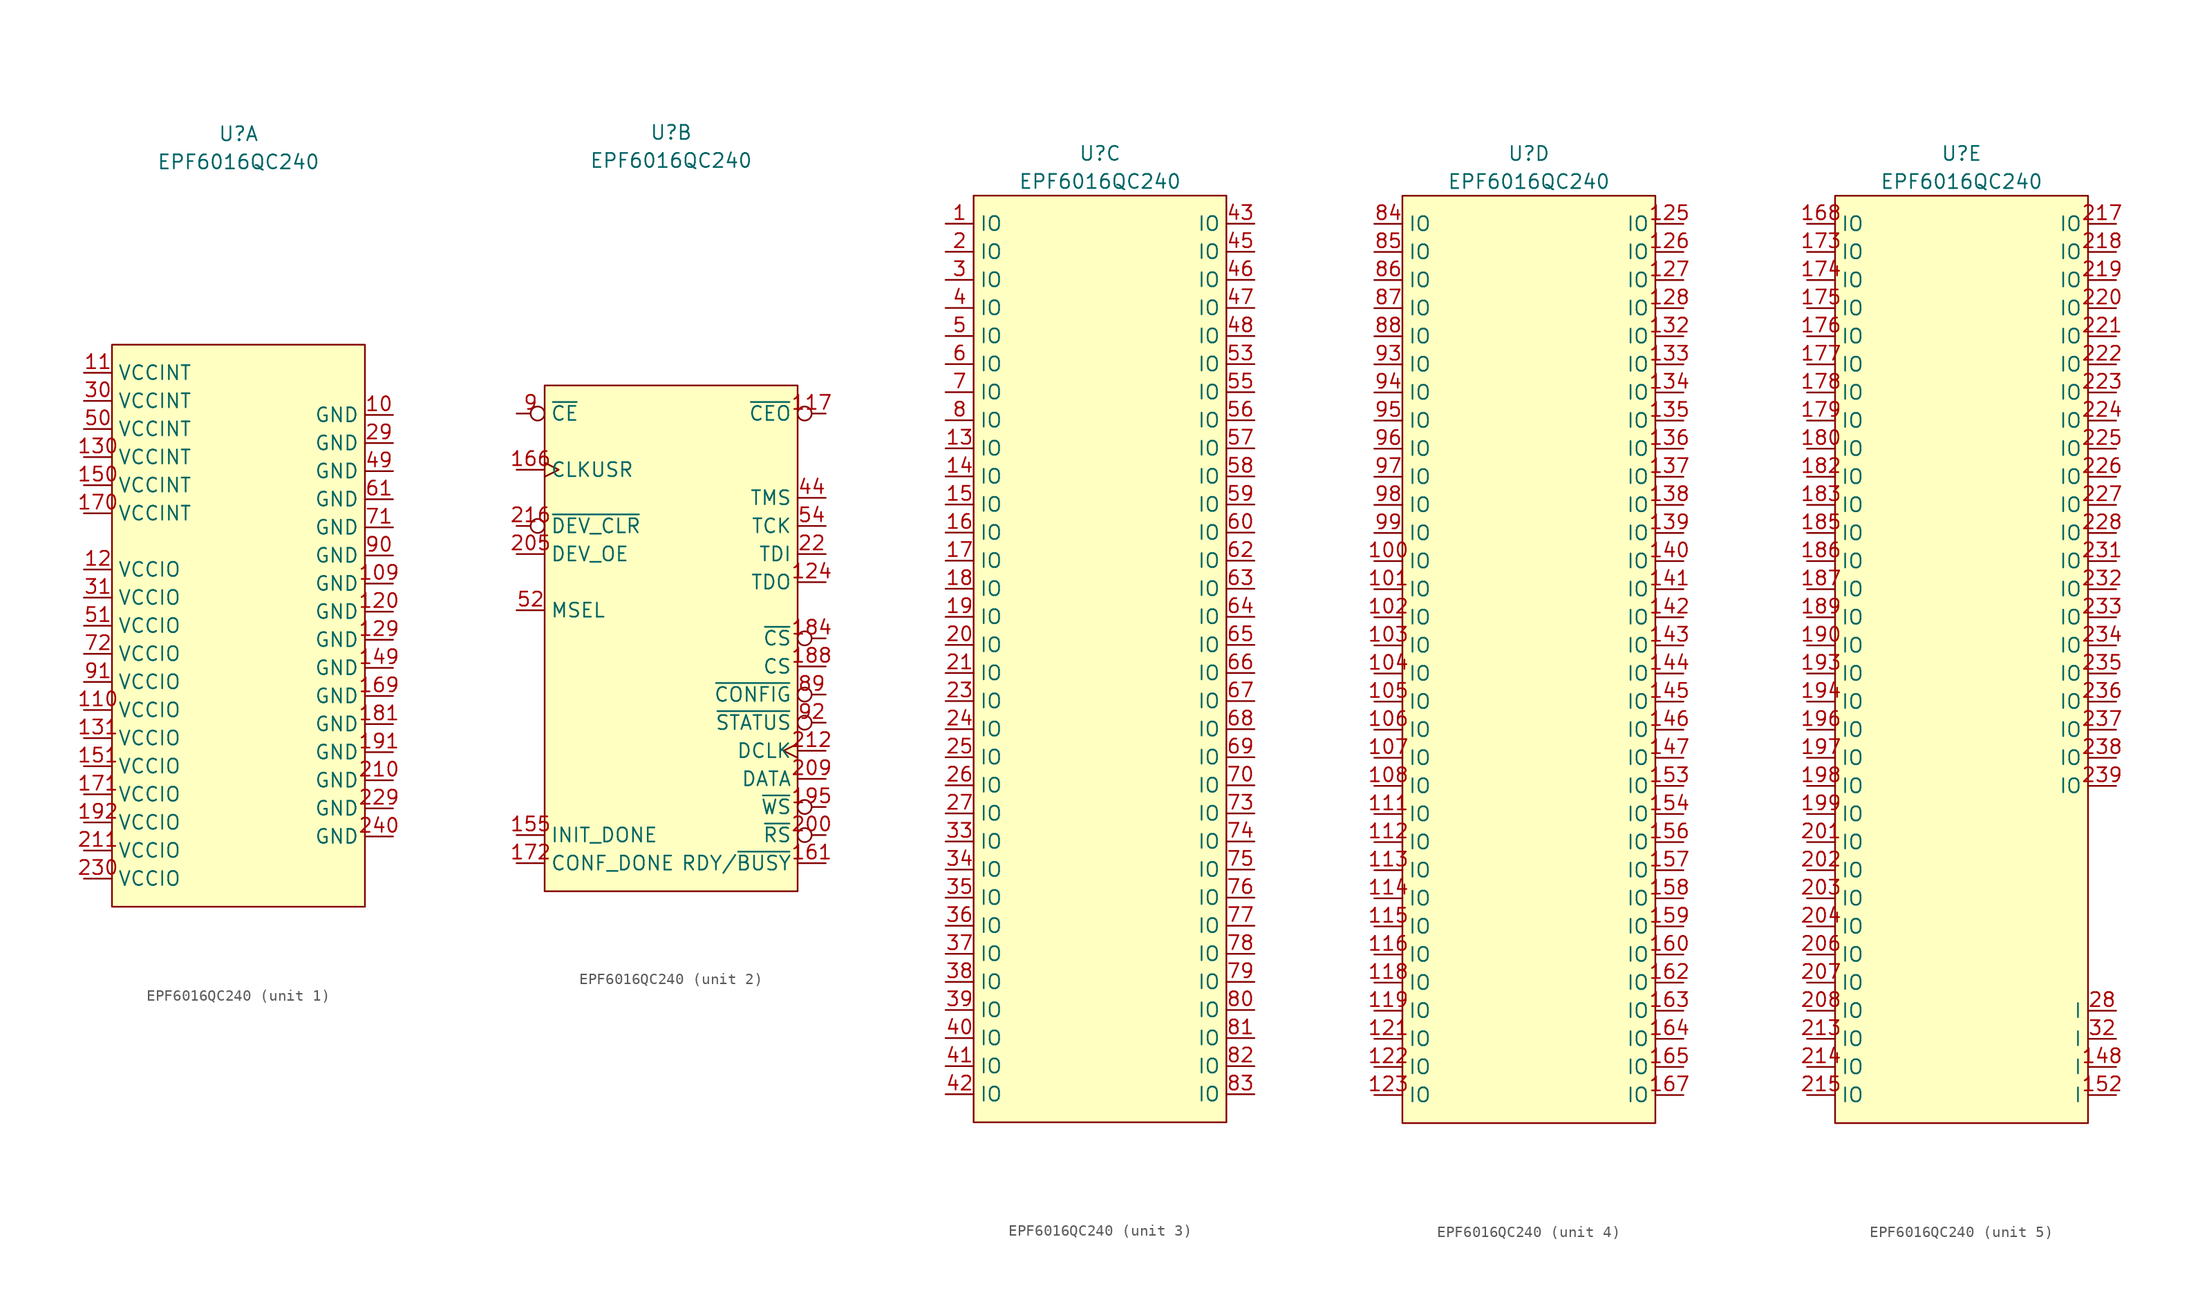
<source format=kicad_sym>
(kicad_symbol_lib
  (version 20220914)
  (generator kicad_symbol_editor)
  (symbol "EPF6016QC240"
    (property "Reference" "U"
      (at 0 45.72 0)
      (effects (font (size 1.27 1.27))))
    (property "Value" "EPF6016QC240"
      (at 0 43.18 0)
      (effects (font (size 1.27 1.27))))
    (property "ki_locked" ""
      (at 0 0 0)
      (effects (font (size 1.27 1.27))))
    (symbol "EPF6016QC240_1_0"
      (pin power_in line (at 13.97 5.08 180) (length 2.54) (name "GND" (effects (font (size 1.27 1.27)))) (number "109" (effects (font (size 1.27 1.27)))))
      (pin power_in line (at -13.97 -6.35 0) (length 2.54) (name "VCCIO" (effects (font (size 1.27 1.27)))) (number "110" (effects (font (size 1.27 1.27)))))
      (pin power_in line (at -13.97 6.35 0) (length 2.54) (name "VCCIO" (effects (font (size 1.27 1.27)))) (number "12" (effects (font (size 1.27 1.27)))))
      (pin power_in line (at 13.97 2.54 180) (length 2.54) (name "GND" (effects (font (size 1.27 1.27)))) (number "120" (effects (font (size 1.27 1.27)))))
      (pin power_in line (at 13.97 0 180) (length 2.54) (name "GND" (effects (font (size 1.27 1.27)))) (number "129" (effects (font (size 1.27 1.27)))))
      (pin power_in line (at -13.97 -8.89 0) (length 2.54) (name "VCCIO" (effects (font (size 1.27 1.27)))) (number "131" (effects (font (size 1.27 1.27)))))
      (pin power_in line (at 13.97 -2.54 180) (length 2.54) (name "GND" (effects (font (size 1.27 1.27)))) (number "149" (effects (font (size 1.27 1.27)))))
      (pin power_in line (at -13.97 -11.43 0) (length 2.54) (name "VCCIO" (effects (font (size 1.27 1.27)))) (number "151" (effects (font (size 1.27 1.27)))))
      (pin power_in line (at 13.97 -5.08 180) (length 2.54) (name "GND" (effects (font (size 1.27 1.27)))) (number "169" (effects (font (size 1.27 1.27)))))
      (pin power_in line (at -13.97 -13.97 0) (length 2.54) (name "VCCIO" (effects (font (size 1.27 1.27)))) (number "171" (effects (font (size 1.27 1.27)))))
      (pin power_in line (at 13.97 -10.16 180) (length 2.54) (name "GND" (effects (font (size 1.27 1.27)))) (number "191" (effects (font (size 1.27 1.27)))))
      (pin power_in line (at -13.97 -16.51 0) (length 2.54) (name "VCCIO" (effects (font (size 1.27 1.27)))) (number "192" (effects (font (size 1.27 1.27)))))
      (pin power_in line (at 13.97 -15.24 180) (length 2.54) (name "GND" (effects (font (size 1.27 1.27)))) (number "229" (effects (font (size 1.27 1.27)))))
      (pin power_in line (at -13.97 -21.59 0) (length 2.54) (name "VCCIO" (effects (font (size 1.27 1.27)))) (number "230" (effects (font (size 1.27 1.27)))))
      (pin power_in line (at 13.97 17.78 180) (length 2.54) (name "GND" (effects (font (size 1.27 1.27)))) (number "29" (effects (font (size 1.27 1.27)))))
      (pin power_in line (at -13.97 21.59 0) (length 2.54) (name "VCCINT" (effects (font (size 1.27 1.27)))) (number "30" (effects (font (size 1.27 1.27)))))
      (pin power_in line (at -13.97 3.81 0) (length 2.54) (name "VCCIO" (effects (font (size 1.27 1.27)))) (number "31" (effects (font (size 1.27 1.27)))))
      (pin power_in line (at 13.97 15.24 180) (length 2.54) (name "GND" (effects (font (size 1.27 1.27)))) (number "49" (effects (font (size 1.27 1.27)))))
      (pin power_in line (at -13.97 19.05 0) (length 2.54) (name "VCCINT" (effects (font (size 1.27 1.27)))) (number "50" (effects (font (size 1.27 1.27)))))
      (pin power_in line (at -13.97 1.27 0) (length 2.54) (name "VCCIO" (effects (font (size 1.27 1.27)))) (number "51" (effects (font (size 1.27 1.27)))))
      (pin power_in line (at 13.97 12.7 180) (length 2.54) (name "GND" (effects (font (size 1.27 1.27)))) (number "61" (effects (font (size 1.27 1.27)))))
      (pin power_in line (at 13.97 10.16 180) (length 2.54) (name "GND" (effects (font (size 1.27 1.27)))) (number "71" (effects (font (size 1.27 1.27)))))
      (pin power_in line (at -13.97 -1.27 0) (length 2.54) (name "VCCIO" (effects (font (size 1.27 1.27)))) (number "72" (effects (font (size 1.27 1.27))))))
    (symbol "EPF6016QC240_1_1"
      (rectangle (start -11.43 26.67) (end 11.43 -24.13) (stroke (width 0) (type default)) (fill (type background)))
      (pin power_in line (at 13.97 20.32 180) (length 2.54) (name "GND" (effects (font (size 1.27 1.27)))) (number "10" (effects (font (size 1.27 1.27)))))
      (pin power_in line (at -13.97 24.13 0) (length 2.54) (name "VCCINT" (effects (font (size 1.27 1.27)))) (number "11" (effects (font (size 1.27 1.27)))))
      (pin power_in line (at -13.97 16.51 0) (length 2.54) (name "VCCINT" (effects (font (size 1.27 1.27)))) (number "130" (effects (font (size 1.27 1.27)))))
      (pin power_in line (at -13.97 13.97 0) (length 2.54) (name "VCCINT" (effects (font (size 1.27 1.27)))) (number "150" (effects (font (size 1.27 1.27)))))
      (pin power_in line (at -13.97 11.43 0) (length 2.54) (name "VCCINT" (effects (font (size 1.27 1.27)))) (number "170" (effects (font (size 1.27 1.27)))))
      (pin power_in line (at 13.97 -7.62 180) (length 2.54) (name "GND" (effects (font (size 1.27 1.27)))) (number "181" (effects (font (size 1.27 1.27)))))
      (pin power_in line (at 13.97 -12.7 180) (length 2.54) (name "GND" (effects (font (size 1.27 1.27)))) (number "210" (effects (font (size 1.27 1.27)))))
      (pin power_in line (at -13.97 -19.05 0) (length 2.54) (name "VCCIO" (effects (font (size 1.27 1.27)))) (number "211" (effects (font (size 1.27 1.27)))))
      (pin power_in line (at 13.97 -17.78 180) (length 2.54) (name "GND" (effects (font (size 1.27 1.27)))) (number "240" (effects (font (size 1.27 1.27)))))
      (pin power_in line (at 13.97 7.62 180) (length 2.54) (name "GND" (effects (font (size 1.27 1.27)))) (number "90" (effects (font (size 1.27 1.27)))))
      (pin power_in line (at -13.97 -3.81 0) (length 2.54) (name "VCCIO" (effects (font (size 1.27 1.27)))) (number "91" (effects (font (size 1.27 1.27))))))
    (symbol "EPF6016QC240_2_0"
      (pin output inverted (at 13.97 20.32 180) (length 2.54) (name "~{CEO}" (effects (font (size 1.27 1.27)))) (number "117" (effects (font (size 1.27 1.27)))))
      (pin bidirectional line (at 13.97 -20.32 180) (length 2.54) (name "RDY/~{BUSY}" (effects (font (size 1.27 1.27)))) (number "161" (effects (font (size 1.27 1.27)))))
      (pin input clock (at -13.97 15.24 0) (length 2.54) (name "CLKUSR" (effects (font (size 1.27 1.27)))) (number "166" (effects (font (size 1.27 1.27)))))
      (pin bidirectional line (at -13.97 -20.32 0) (length 2.54) (name "CONF_DONE" (effects (font (size 1.27 1.27)))) (number "172" (effects (font (size 1.27 1.27)))))
      (pin bidirectional inverted (at 13.97 0 180) (length 2.54) (name "~{CS}" (effects (font (size 1.27 1.27)))) (number "184" (effects (font (size 1.27 1.27)))))
      (pin bidirectional inverted (at 13.97 -15.24 180) (length 2.54) (name "~{WS}" (effects (font (size 1.27 1.27)))) (number "195" (effects (font (size 1.27 1.27)))))
      (pin bidirectional inverted (at 13.97 -17.78 180) (length 2.54) (name "~{RS}" (effects (font (size 1.27 1.27)))) (number "200" (effects (font (size 1.27 1.27)))))
      (pin input line (at 13.97 12.7 180) (length 2.54) (name "TMS" (effects (font (size 1.27 1.27)))) (number "44" (effects (font (size 1.27 1.27)))))
      (pin input line (at 13.97 10.16 180) (length 2.54) (name "TCK" (effects (font (size 1.27 1.27)))) (number "54" (effects (font (size 1.27 1.27)))))
      (pin input inverted (at -13.97 20.32 0) (length 2.54) (name "~{CE}" (effects (font (size 1.27 1.27)))) (number "9" (effects (font (size 1.27 1.27))))))
    (symbol "EPF6016QC240_2_1"
      (rectangle (start -11.43 22.86) (end 11.43 -22.86) (stroke (width 0) (type default)) (fill (type background)))
      (pin output line (at 13.97 5.08 180) (length 2.54) (name "TDO" (effects (font (size 1.27 1.27)))) (number "124" (effects (font (size 1.27 1.27)))))
      (pin bidirectional line (at -13.97 -17.78 0) (length 2.54) (name "INIT_DONE" (effects (font (size 1.27 1.27)))) (number "155" (effects (font (size 1.27 1.27)))))
      (pin bidirectional line (at 13.97 -2.54 180) (length 2.54) (name "CS" (effects (font (size 1.27 1.27)))) (number "188" (effects (font (size 1.27 1.27)))))
      (pin bidirectional line (at -13.97 7.62 0) (length 2.54) (name "DEV_OE" (effects (font (size 1.27 1.27)))) (number "205" (effects (font (size 1.27 1.27)))))
      (pin input line (at 13.97 -12.7 180) (length 2.54) (name "DATA" (effects (font (size 1.27 1.27)))) (number "209" (effects (font (size 1.27 1.27)))))
      (pin bidirectional clock (at 13.97 -10.16 180) (length 2.54) (name "DCLK" (effects (font (size 1.27 1.27)))) (number "212" (effects (font (size 1.27 1.27)))))
      (pin bidirectional inverted (at -13.97 10.16 0) (length 2.54) (name "~{DEV_CLR}" (effects (font (size 1.27 1.27)))) (number "216" (effects (font (size 1.27 1.27)))))
      (pin input line (at 13.97 7.62 180) (length 2.54) (name "TDI" (effects (font (size 1.27 1.27)))) (number "22" (effects (font (size 1.27 1.27)))))
      (pin input line (at -13.97 2.54 0) (length 2.54) (name "MSEL" (effects (font (size 1.27 1.27)))) (number "52" (effects (font (size 1.27 1.27)))))
      (pin bidirectional inverted (at 13.97 -5.08 180) (length 2.54) (name "~{CONFIG}" (effects (font (size 1.27 1.27)))) (number "89" (effects (font (size 1.27 1.27)))))
      (pin bidirectional inverted (at 13.97 -7.62 180) (length 2.54) (name "~{STATUS}" (effects (font (size 1.27 1.27)))) (number "92" (effects (font (size 1.27 1.27))))))
    (symbol "EPF6016QC240_3_0"
      (pin bidirectional line (at -13.97 39.37 0) (length 2.54) (name "IO" (effects (font (size 1.27 1.27)))) (number "1" (effects (font (size 1.27 1.27)))))
      (pin bidirectional line (at -13.97 19.05 0) (length 2.54) (name "IO" (effects (font (size 1.27 1.27)))) (number "13" (effects (font (size 1.27 1.27)))))
      (pin bidirectional line (at -13.97 16.51 0) (length 2.54) (name "IO" (effects (font (size 1.27 1.27)))) (number "14" (effects (font (size 1.27 1.27)))))
      (pin bidirectional line (at -13.97 13.97 0) (length 2.54) (name "IO" (effects (font (size 1.27 1.27)))) (number "15" (effects (font (size 1.27 1.27)))))
      (pin bidirectional line (at -13.97 8.89 0) (length 2.54) (name "IO" (effects (font (size 1.27 1.27)))) (number "17" (effects (font (size 1.27 1.27)))))
      (pin bidirectional line (at -13.97 6.35 0) (length 2.54) (name "IO" (effects (font (size 1.27 1.27)))) (number "18" (effects (font (size 1.27 1.27)))))
      (pin bidirectional line (at -13.97 3.81 0) (length 2.54) (name "IO" (effects (font (size 1.27 1.27)))) (number "19" (effects (font (size 1.27 1.27)))))
      (pin bidirectional line (at -13.97 -1.27 0) (length 2.54) (name "IO" (effects (font (size 1.27 1.27)))) (number "21" (effects (font (size 1.27 1.27)))))
      (pin bidirectional line (at -13.97 -6.35 0) (length 2.54) (name "IO" (effects (font (size 1.27 1.27)))) (number "24" (effects (font (size 1.27 1.27)))))
      (pin bidirectional line (at -13.97 -8.89 0) (length 2.54) (name "IO" (effects (font (size 1.27 1.27)))) (number "25" (effects (font (size 1.27 1.27)))))
      (pin bidirectional line (at -13.97 -16.51 0) (length 2.54) (name "IO" (effects (font (size 1.27 1.27)))) (number "33" (effects (font (size 1.27 1.27)))))
      (pin bidirectional line (at -13.97 -19.05 0) (length 2.54) (name "IO" (effects (font (size 1.27 1.27)))) (number "34" (effects (font (size 1.27 1.27)))))
      (pin bidirectional line (at -13.97 -21.59 0) (length 2.54) (name "IO" (effects (font (size 1.27 1.27)))) (number "35" (effects (font (size 1.27 1.27)))))
      (pin bidirectional line (at -13.97 -24.13 0) (length 2.54) (name "IO" (effects (font (size 1.27 1.27)))) (number "36" (effects (font (size 1.27 1.27)))))
      (pin bidirectional line (at -13.97 -29.21 0) (length 2.54) (name "IO" (effects (font (size 1.27 1.27)))) (number "38" (effects (font (size 1.27 1.27)))))
      (pin bidirectional line (at -13.97 -31.75 0) (length 2.54) (name "IO" (effects (font (size 1.27 1.27)))) (number "39" (effects (font (size 1.27 1.27)))))
      (pin bidirectional line (at -13.97 -34.29 0) (length 2.54) (name "IO" (effects (font (size 1.27 1.27)))) (number "40" (effects (font (size 1.27 1.27)))))
      (pin bidirectional line (at -13.97 -36.83 0) (length 2.54) (name "IO" (effects (font (size 1.27 1.27)))) (number "41" (effects (font (size 1.27 1.27)))))
      (pin bidirectional line (at 13.97 39.37 180) (length 2.54) (name "IO" (effects (font (size 1.27 1.27)))) (number "43" (effects (font (size 1.27 1.27)))))
      (pin bidirectional line (at 13.97 36.83 180) (length 2.54) (name "IO" (effects (font (size 1.27 1.27)))) (number "45" (effects (font (size 1.27 1.27)))))
      (pin bidirectional line (at 13.97 34.29 180) (length 2.54) (name "IO" (effects (font (size 1.27 1.27)))) (number "46" (effects (font (size 1.27 1.27)))))
      (pin bidirectional line (at 13.97 29.21 180) (length 2.54) (name "IO" (effects (font (size 1.27 1.27)))) (number "48" (effects (font (size 1.27 1.27)))))
      (pin bidirectional line (at 13.97 26.67 180) (length 2.54) (name "IO" (effects (font (size 1.27 1.27)))) (number "53" (effects (font (size 1.27 1.27)))))
      (pin bidirectional line (at 13.97 24.13 180) (length 2.54) (name "IO" (effects (font (size 1.27 1.27)))) (number "55" (effects (font (size 1.27 1.27)))))
      (pin bidirectional line (at 13.97 21.59 180) (length 2.54) (name "IO" (effects (font (size 1.27 1.27)))) (number "56" (effects (font (size 1.27 1.27)))))
      (pin bidirectional line (at -13.97 26.67 0) (length 2.54) (name "IO" (effects (font (size 1.27 1.27)))) (number "6" (effects (font (size 1.27 1.27)))))
      (pin bidirectional line (at 13.97 8.89 180) (length 2.54) (name "IO" (effects (font (size 1.27 1.27)))) (number "62" (effects (font (size 1.27 1.27)))))
      (pin bidirectional line (at 13.97 6.35 180) (length 2.54) (name "IO" (effects (font (size 1.27 1.27)))) (number "63" (effects (font (size 1.27 1.27)))))
      (pin bidirectional line (at 13.97 3.81 180) (length 2.54) (name "IO" (effects (font (size 1.27 1.27)))) (number "64" (effects (font (size 1.27 1.27)))))
      (pin bidirectional line (at 13.97 1.27 180) (length 2.54) (name "IO" (effects (font (size 1.27 1.27)))) (number "65" (effects (font (size 1.27 1.27)))))
      (pin bidirectional line (at 13.97 -1.27 180) (length 2.54) (name "IO" (effects (font (size 1.27 1.27)))) (number "66" (effects (font (size 1.27 1.27)))))
      (pin bidirectional line (at 13.97 -3.81 180) (length 2.54) (name "IO" (effects (font (size 1.27 1.27)))) (number "67" (effects (font (size 1.27 1.27)))))
      (pin bidirectional line (at 13.97 -6.35 180) (length 2.54) (name "IO" (effects (font (size 1.27 1.27)))) (number "68" (effects (font (size 1.27 1.27)))))
      (pin bidirectional line (at -13.97 24.13 0) (length 2.54) (name "IO" (effects (font (size 1.27 1.27)))) (number "7" (effects (font (size 1.27 1.27)))))
      (pin bidirectional line (at 13.97 -11.43 180) (length 2.54) (name "IO" (effects (font (size 1.27 1.27)))) (number "70" (effects (font (size 1.27 1.27)))))
      (pin bidirectional line (at 13.97 -16.51 180) (length 2.54) (name "IO" (effects (font (size 1.27 1.27)))) (number "74" (effects (font (size 1.27 1.27)))))
      (pin bidirectional line (at 13.97 -19.05 180) (length 2.54) (name "IO" (effects (font (size 1.27 1.27)))) (number "75" (effects (font (size 1.27 1.27)))))
      (pin bidirectional line (at 13.97 -26.67 180) (length 2.54) (name "IO" (effects (font (size 1.27 1.27)))) (number "78" (effects (font (size 1.27 1.27)))))
      (pin bidirectional line (at 13.97 -29.21 180) (length 2.54) (name "IO" (effects (font (size 1.27 1.27)))) (number "79" (effects (font (size 1.27 1.27)))))
      (pin bidirectional line (at -13.97 21.59 0) (length 2.54) (name "IO" (effects (font (size 1.27 1.27)))) (number "8" (effects (font (size 1.27 1.27)))))
      (pin bidirectional line (at 13.97 -31.75 180) (length 2.54) (name "IO" (effects (font (size 1.27 1.27)))) (number "80" (effects (font (size 1.27 1.27)))))
      (pin bidirectional line (at 13.97 -34.29 180) (length 2.54) (name "IO" (effects (font (size 1.27 1.27)))) (number "81" (effects (font (size 1.27 1.27)))))
      (pin bidirectional line (at 13.97 -36.83 180) (length 2.54) (name "IO" (effects (font (size 1.27 1.27)))) (number "82" (effects (font (size 1.27 1.27)))))
      (pin bidirectional line (at 13.97 -39.37 180) (length 2.54) (name "IO" (effects (font (size 1.27 1.27)))) (number "83" (effects (font (size 1.27 1.27))))))
    (symbol "EPF6016QC240_3_1"
      (rectangle (start -11.43 41.91) (end 11.43 -41.91) (stroke (width 0) (type default)) (fill (type background)))
      (pin bidirectional line (at -13.97 11.43 0) (length 2.54) (name "IO" (effects (font (size 1.27 1.27)))) (number "16" (effects (font (size 1.27 1.27)))))
      (pin bidirectional line (at -13.97 36.83 0) (length 2.54) (name "IO" (effects (font (size 1.27 1.27)))) (number "2" (effects (font (size 1.27 1.27)))))
      (pin bidirectional line (at -13.97 1.27 0) (length 2.54) (name "IO" (effects (font (size 1.27 1.27)))) (number "20" (effects (font (size 1.27 1.27)))))
      (pin bidirectional line (at -13.97 -3.81 0) (length 2.54) (name "IO" (effects (font (size 1.27 1.27)))) (number "23" (effects (font (size 1.27 1.27)))))
      (pin bidirectional line (at -13.97 -11.43 0) (length 2.54) (name "IO" (effects (font (size 1.27 1.27)))) (number "26" (effects (font (size 1.27 1.27)))))
      (pin bidirectional line (at -13.97 -13.97 0) (length 2.54) (name "IO" (effects (font (size 1.27 1.27)))) (number "27" (effects (font (size 1.27 1.27)))))
      (pin bidirectional line (at -13.97 34.29 0) (length 2.54) (name "IO" (effects (font (size 1.27 1.27)))) (number "3" (effects (font (size 1.27 1.27)))))
      (pin bidirectional line (at -13.97 -26.67 0) (length 2.54) (name "IO" (effects (font (size 1.27 1.27)))) (number "37" (effects (font (size 1.27 1.27)))))
      (pin bidirectional line (at -13.97 31.75 0) (length 2.54) (name "IO" (effects (font (size 1.27 1.27)))) (number "4" (effects (font (size 1.27 1.27)))))
      (pin bidirectional line (at -13.97 -39.37 0) (length 2.54) (name "IO" (effects (font (size 1.27 1.27)))) (number "42" (effects (font (size 1.27 1.27)))))
      (pin bidirectional line (at 13.97 31.75 180) (length 2.54) (name "IO" (effects (font (size 1.27 1.27)))) (number "47" (effects (font (size 1.27 1.27)))))
      (pin bidirectional line (at -13.97 29.21 0) (length 2.54) (name "IO" (effects (font (size 1.27 1.27)))) (number "5" (effects (font (size 1.27 1.27)))))
      (pin bidirectional line (at 13.97 19.05 180) (length 2.54) (name "IO" (effects (font (size 1.27 1.27)))) (number "57" (effects (font (size 1.27 1.27)))))
      (pin bidirectional line (at 13.97 16.51 180) (length 2.54) (name "IO" (effects (font (size 1.27 1.27)))) (number "58" (effects (font (size 1.27 1.27)))))
      (pin bidirectional line (at 13.97 13.97 180) (length 2.54) (name "IO" (effects (font (size 1.27 1.27)))) (number "59" (effects (font (size 1.27 1.27)))))
      (pin bidirectional line (at 13.97 11.43 180) (length 2.54) (name "IO" (effects (font (size 1.27 1.27)))) (number "60" (effects (font (size 1.27 1.27)))))
      (pin bidirectional line (at 13.97 -8.89 180) (length 2.54) (name "IO" (effects (font (size 1.27 1.27)))) (number "69" (effects (font (size 1.27 1.27)))))
      (pin bidirectional line (at 13.97 -13.97 180) (length 2.54) (name "IO" (effects (font (size 1.27 1.27)))) (number "73" (effects (font (size 1.27 1.27)))))
      (pin bidirectional line (at 13.97 -21.59 180) (length 2.54) (name "IO" (effects (font (size 1.27 1.27)))) (number "76" (effects (font (size 1.27 1.27)))))
      (pin bidirectional line (at 13.97 -24.13 180) (length 2.54) (name "IO" (effects (font (size 1.27 1.27)))) (number "77" (effects (font (size 1.27 1.27))))))
    (symbol "EPF6016QC240_4_0"
      (pin bidirectional line (at -13.97 8.89 0) (length 2.54) (name "IO" (effects (font (size 1.27 1.27)))) (number "100" (effects (font (size 1.27 1.27)))))
      (pin bidirectional line (at -13.97 6.35 0) (length 2.54) (name "IO" (effects (font (size 1.27 1.27)))) (number "101" (effects (font (size 1.27 1.27)))))
      (pin bidirectional line (at -13.97 3.81 0) (length 2.54) (name "IO" (effects (font (size 1.27 1.27)))) (number "102" (effects (font (size 1.27 1.27)))))
      (pin bidirectional line (at -13.97 1.27 0) (length 2.54) (name "IO" (effects (font (size 1.27 1.27)))) (number "103" (effects (font (size 1.27 1.27)))))
      (pin bidirectional line (at -13.97 -3.81 0) (length 2.54) (name "IO" (effects (font (size 1.27 1.27)))) (number "105" (effects (font (size 1.27 1.27)))))
      (pin bidirectional line (at -13.97 -6.35 0) (length 2.54) (name "IO" (effects (font (size 1.27 1.27)))) (number "106" (effects (font (size 1.27 1.27)))))
      (pin bidirectional line (at -13.97 -8.89 0) (length 2.54) (name "IO" (effects (font (size 1.27 1.27)))) (number "107" (effects (font (size 1.27 1.27)))))
      (pin bidirectional line (at -13.97 -11.43 0) (length 2.54) (name "IO" (effects (font (size 1.27 1.27)))) (number "108" (effects (font (size 1.27 1.27)))))
      (pin bidirectional line (at -13.97 -13.97 0) (length 2.54) (name "IO" (effects (font (size 1.27 1.27)))) (number "111" (effects (font (size 1.27 1.27)))))
      (pin bidirectional line (at -13.97 -19.05 0) (length 2.54) (name "IO" (effects (font (size 1.27 1.27)))) (number "113" (effects (font (size 1.27 1.27)))))
      (pin bidirectional line (at -13.97 -21.59 0) (length 2.54) (name "IO" (effects (font (size 1.27 1.27)))) (number "114" (effects (font (size 1.27 1.27)))))
      (pin bidirectional line (at -13.97 -24.13 0) (length 2.54) (name "IO" (effects (font (size 1.27 1.27)))) (number "115" (effects (font (size 1.27 1.27)))))
      (pin bidirectional line (at -13.97 -26.67 0) (length 2.54) (name "IO" (effects (font (size 1.27 1.27)))) (number "116" (effects (font (size 1.27 1.27)))))
      (pin bidirectional line (at -13.97 -29.21 0) (length 2.54) (name "IO" (effects (font (size 1.27 1.27)))) (number "118" (effects (font (size 1.27 1.27)))))
      (pin bidirectional line (at -13.97 -31.75 0) (length 2.54) (name "IO" (effects (font (size 1.27 1.27)))) (number "119" (effects (font (size 1.27 1.27)))))
      (pin bidirectional line (at 13.97 36.83 180) (length 2.54) (name "IO" (effects (font (size 1.27 1.27)))) (number "126" (effects (font (size 1.27 1.27)))))
      (pin bidirectional line (at 13.97 34.29 180) (length 2.54) (name "IO" (effects (font (size 1.27 1.27)))) (number "127" (effects (font (size 1.27 1.27)))))
      (pin bidirectional line (at 13.97 31.75 180) (length 2.54) (name "IO" (effects (font (size 1.27 1.27)))) (number "128" (effects (font (size 1.27 1.27)))))
      (pin bidirectional line (at 13.97 29.21 180) (length 2.54) (name "IO" (effects (font (size 1.27 1.27)))) (number "132" (effects (font (size 1.27 1.27)))))
      (pin bidirectional line (at 13.97 26.67 180) (length 2.54) (name "IO" (effects (font (size 1.27 1.27)))) (number "133" (effects (font (size 1.27 1.27)))))
      (pin bidirectional line (at 13.97 24.13 180) (length 2.54) (name "IO" (effects (font (size 1.27 1.27)))) (number "134" (effects (font (size 1.27 1.27)))))
      (pin bidirectional line (at 13.97 19.05 180) (length 2.54) (name "IO" (effects (font (size 1.27 1.27)))) (number "136" (effects (font (size 1.27 1.27)))))
      (pin bidirectional line (at 13.97 16.51 180) (length 2.54) (name "IO" (effects (font (size 1.27 1.27)))) (number "137" (effects (font (size 1.27 1.27)))))
      (pin bidirectional line (at 13.97 13.97 180) (length 2.54) (name "IO" (effects (font (size 1.27 1.27)))) (number "138" (effects (font (size 1.27 1.27)))))
      (pin bidirectional line (at 13.97 11.43 180) (length 2.54) (name "IO" (effects (font (size 1.27 1.27)))) (number "139" (effects (font (size 1.27 1.27)))))
      (pin bidirectional line (at 13.97 6.35 180) (length 2.54) (name "IO" (effects (font (size 1.27 1.27)))) (number "141" (effects (font (size 1.27 1.27)))))
      (pin bidirectional line (at 13.97 3.81 180) (length 2.54) (name "IO" (effects (font (size 1.27 1.27)))) (number "142" (effects (font (size 1.27 1.27)))))
      (pin bidirectional line (at 13.97 1.27 180) (length 2.54) (name "IO" (effects (font (size 1.27 1.27)))) (number "143" (effects (font (size 1.27 1.27)))))
      (pin bidirectional line (at 13.97 -1.27 180) (length 2.54) (name "IO" (effects (font (size 1.27 1.27)))) (number "144" (effects (font (size 1.27 1.27)))))
      (pin bidirectional line (at 13.97 -6.35 180) (length 2.54) (name "IO" (effects (font (size 1.27 1.27)))) (number "146" (effects (font (size 1.27 1.27)))))
      (pin bidirectional line (at 13.97 -8.89 180) (length 2.54) (name "IO" (effects (font (size 1.27 1.27)))) (number "147" (effects (font (size 1.27 1.27)))))
      (pin bidirectional line (at 13.97 -11.43 180) (length 2.54) (name "IO" (effects (font (size 1.27 1.27)))) (number "153" (effects (font (size 1.27 1.27)))))
      (pin bidirectional line (at 13.97 -13.97 180) (length 2.54) (name "IO" (effects (font (size 1.27 1.27)))) (number "154" (effects (font (size 1.27 1.27)))))
      (pin bidirectional line (at 13.97 -16.51 180) (length 2.54) (name "IO" (effects (font (size 1.27 1.27)))) (number "156" (effects (font (size 1.27 1.27)))))
      (pin bidirectional line (at 13.97 -19.05 180) (length 2.54) (name "IO" (effects (font (size 1.27 1.27)))) (number "157" (effects (font (size 1.27 1.27)))))
      (pin bidirectional line (at 13.97 -21.59 180) (length 2.54) (name "IO" (effects (font (size 1.27 1.27)))) (number "158" (effects (font (size 1.27 1.27)))))
      (pin bidirectional line (at 13.97 -29.21 180) (length 2.54) (name "IO" (effects (font (size 1.27 1.27)))) (number "162" (effects (font (size 1.27 1.27)))))
      (pin bidirectional line (at 13.97 -31.75 180) (length 2.54) (name "IO" (effects (font (size 1.27 1.27)))) (number "163" (effects (font (size 1.27 1.27)))))
      (pin bidirectional line (at 13.97 -34.29 180) (length 2.54) (name "IO" (effects (font (size 1.27 1.27)))) (number "164" (effects (font (size 1.27 1.27)))))
      (pin bidirectional line (at 13.97 -39.37 180) (length 2.54) (name "IO" (effects (font (size 1.27 1.27)))) (number "167" (effects (font (size 1.27 1.27)))))
      (pin bidirectional line (at -13.97 39.37 0) (length 2.54) (name "IO" (effects (font (size 1.27 1.27)))) (number "84" (effects (font (size 1.27 1.27)))))
      (pin bidirectional line (at -13.97 34.29 0) (length 2.54) (name "IO" (effects (font (size 1.27 1.27)))) (number "86" (effects (font (size 1.27 1.27)))))
      (pin bidirectional line (at -13.97 31.75 0) (length 2.54) (name "IO" (effects (font (size 1.27 1.27)))) (number "87" (effects (font (size 1.27 1.27)))))
      (pin bidirectional line (at -13.97 29.21 0) (length 2.54) (name "IO" (effects (font (size 1.27 1.27)))) (number "88" (effects (font (size 1.27 1.27)))))
      (pin bidirectional line (at -13.97 24.13 0) (length 2.54) (name "IO" (effects (font (size 1.27 1.27)))) (number "94" (effects (font (size 1.27 1.27)))))
      (pin bidirectional line (at -13.97 21.59 0) (length 2.54) (name "IO" (effects (font (size 1.27 1.27)))) (number "95" (effects (font (size 1.27 1.27)))))
      (pin bidirectional line (at -13.97 16.51 0) (length 2.54) (name "IO" (effects (font (size 1.27 1.27)))) (number "97" (effects (font (size 1.27 1.27)))))
      (pin bidirectional line (at -13.97 13.97 0) (length 2.54) (name "IO" (effects (font (size 1.27 1.27)))) (number "98" (effects (font (size 1.27 1.27)))))
      (pin bidirectional line (at -13.97 11.43 0) (length 2.54) (name "IO" (effects (font (size 1.27 1.27)))) (number "99" (effects (font (size 1.27 1.27))))))
    (symbol "EPF6016QC240_4_1"
      (rectangle (start -11.43 41.91) (end 11.43 -41.91) (stroke (width 0) (type default)) (fill (type background)))
      (pin bidirectional line (at -13.97 -1.27 0) (length 2.54) (name "IO" (effects (font (size 1.27 1.27)))) (number "104" (effects (font (size 1.27 1.27)))))
      (pin bidirectional line (at -13.97 -16.51 0) (length 2.54) (name "IO" (effects (font (size 1.27 1.27)))) (number "112" (effects (font (size 1.27 1.27)))))
      (pin bidirectional line (at -13.97 -34.29 0) (length 2.54) (name "IO" (effects (font (size 1.27 1.27)))) (number "121" (effects (font (size 1.27 1.27)))))
      (pin bidirectional line (at -13.97 -36.83 0) (length 2.54) (name "IO" (effects (font (size 1.27 1.27)))) (number "122" (effects (font (size 1.27 1.27)))))
      (pin bidirectional line (at -13.97 -39.37 0) (length 2.54) (name "IO" (effects (font (size 1.27 1.27)))) (number "123" (effects (font (size 1.27 1.27)))))
      (pin bidirectional line (at 13.97 39.37 180) (length 2.54) (name "IO" (effects (font (size 1.27 1.27)))) (number "125" (effects (font (size 1.27 1.27)))))
      (pin bidirectional line (at 13.97 21.59 180) (length 2.54) (name "IO" (effects (font (size 1.27 1.27)))) (number "135" (effects (font (size 1.27 1.27)))))
      (pin bidirectional line (at 13.97 8.89 180) (length 2.54) (name "IO" (effects (font (size 1.27 1.27)))) (number "140" (effects (font (size 1.27 1.27)))))
      (pin bidirectional line (at 13.97 -3.81 180) (length 2.54) (name "IO" (effects (font (size 1.27 1.27)))) (number "145" (effects (font (size 1.27 1.27)))))
      (pin bidirectional line (at 13.97 -24.13 180) (length 2.54) (name "IO" (effects (font (size 1.27 1.27)))) (number "159" (effects (font (size 1.27 1.27)))))
      (pin bidirectional line (at 13.97 -26.67 180) (length 2.54) (name "IO" (effects (font (size 1.27 1.27)))) (number "160" (effects (font (size 1.27 1.27)))))
      (pin bidirectional line (at 13.97 -36.83 180) (length 2.54) (name "IO" (effects (font (size 1.27 1.27)))) (number "165" (effects (font (size 1.27 1.27)))))
      (pin bidirectional line (at -13.97 36.83 0) (length 2.54) (name "IO" (effects (font (size 1.27 1.27)))) (number "85" (effects (font (size 1.27 1.27)))))
      (pin bidirectional line (at -13.97 26.67 0) (length 2.54) (name "IO" (effects (font (size 1.27 1.27)))) (number "93" (effects (font (size 1.27 1.27)))))
      (pin bidirectional line (at -13.97 19.05 0) (length 2.54) (name "IO" (effects (font (size 1.27 1.27)))) (number "96" (effects (font (size 1.27 1.27))))))
    (symbol "EPF6016QC240_5_0"
      (pin input line (at 13.97 -36.83 180) (length 2.54) (name "I" (effects (font (size 1.27 1.27)))) (number "148" (effects (font (size 1.27 1.27)))))
      (pin input line (at 13.97 -39.37 180) (length 2.54) (name "I" (effects (font (size 1.27 1.27)))) (number "152" (effects (font (size 1.27 1.27)))))
      (pin bidirectional line (at -13.97 39.37 0) (length 2.54) (name "IO" (effects (font (size 1.27 1.27)))) (number "168" (effects (font (size 1.27 1.27)))))
      (pin bidirectional line (at -13.97 36.83 0) (length 2.54) (name "IO" (effects (font (size 1.27 1.27)))) (number "173" (effects (font (size 1.27 1.27)))))
      (pin bidirectional line (at -13.97 34.29 0) (length 2.54) (name "IO" (effects (font (size 1.27 1.27)))) (number "174" (effects (font (size 1.27 1.27)))))
      (pin bidirectional line (at -13.97 31.75 0) (length 2.54) (name "IO" (effects (font (size 1.27 1.27)))) (number "175" (effects (font (size 1.27 1.27)))))
      (pin bidirectional line (at -13.97 6.35 0) (length 2.54) (name "IO" (effects (font (size 1.27 1.27)))) (number "187" (effects (font (size 1.27 1.27)))))
      (pin bidirectional line (at -13.97 -1.27 0) (length 2.54) (name "IO" (effects (font (size 1.27 1.27)))) (number "193" (effects (font (size 1.27 1.27)))))
      (pin bidirectional line (at -13.97 -3.81 0) (length 2.54) (name "IO" (effects (font (size 1.27 1.27)))) (number "194" (effects (font (size 1.27 1.27)))))
      (pin bidirectional line (at -13.97 -6.35 0) (length 2.54) (name "IO" (effects (font (size 1.27 1.27)))) (number "196" (effects (font (size 1.27 1.27)))))
      (pin bidirectional line (at -13.97 -11.43 0) (length 2.54) (name "IO" (effects (font (size 1.27 1.27)))) (number "198" (effects (font (size 1.27 1.27)))))
      (pin bidirectional line (at -13.97 -13.97 0) (length 2.54) (name "IO" (effects (font (size 1.27 1.27)))) (number "199" (effects (font (size 1.27 1.27)))))
      (pin bidirectional line (at -13.97 -16.51 0) (length 2.54) (name "IO" (effects (font (size 1.27 1.27)))) (number "201" (effects (font (size 1.27 1.27)))))
      (pin bidirectional line (at -13.97 -19.05 0) (length 2.54) (name "IO" (effects (font (size 1.27 1.27)))) (number "202" (effects (font (size 1.27 1.27)))))
      (pin bidirectional line (at -13.97 -21.59 0) (length 2.54) (name "IO" (effects (font (size 1.27 1.27)))) (number "203" (effects (font (size 1.27 1.27)))))
      (pin bidirectional line (at -13.97 -24.13 0) (length 2.54) (name "IO" (effects (font (size 1.27 1.27)))) (number "204" (effects (font (size 1.27 1.27)))))
      (pin bidirectional line (at -13.97 -26.67 0) (length 2.54) (name "IO" (effects (font (size 1.27 1.27)))) (number "206" (effects (font (size 1.27 1.27)))))
      (pin bidirectional line (at -13.97 -29.21 0) (length 2.54) (name "IO" (effects (font (size 1.27 1.27)))) (number "207" (effects (font (size 1.27 1.27)))))
      (pin bidirectional line (at -13.97 -31.75 0) (length 2.54) (name "IO" (effects (font (size 1.27 1.27)))) (number "208" (effects (font (size 1.27 1.27)))))
      (pin bidirectional line (at -13.97 -36.83 0) (length 2.54) (name "IO" (effects (font (size 1.27 1.27)))) (number "214" (effects (font (size 1.27 1.27)))))
      (pin bidirectional line (at -13.97 -39.37 0) (length 2.54) (name "IO" (effects (font (size 1.27 1.27)))) (number "215" (effects (font (size 1.27 1.27)))))
      (pin bidirectional line (at 13.97 39.37 180) (length 2.54) (name "IO" (effects (font (size 1.27 1.27)))) (number "217" (effects (font (size 1.27 1.27)))))
      (pin bidirectional line (at 13.97 36.83 180) (length 2.54) (name "IO" (effects (font (size 1.27 1.27)))) (number "218" (effects (font (size 1.27 1.27)))))
      (pin bidirectional line (at 13.97 34.29 180) (length 2.54) (name "IO" (effects (font (size 1.27 1.27)))) (number "219" (effects (font (size 1.27 1.27)))))
      (pin bidirectional line (at 13.97 31.75 180) (length 2.54) (name "IO" (effects (font (size 1.27 1.27)))) (number "220" (effects (font (size 1.27 1.27)))))
      (pin bidirectional line (at 13.97 29.21 180) (length 2.54) (name "IO" (effects (font (size 1.27 1.27)))) (number "221" (effects (font (size 1.27 1.27)))))
      (pin bidirectional line (at 13.97 26.67 180) (length 2.54) (name "IO" (effects (font (size 1.27 1.27)))) (number "222" (effects (font (size 1.27 1.27)))))
      (pin bidirectional line (at 13.97 24.13 180) (length 2.54) (name "IO" (effects (font (size 1.27 1.27)))) (number "223" (effects (font (size 1.27 1.27)))))
      (pin bidirectional line (at 13.97 19.05 180) (length 2.54) (name "IO" (effects (font (size 1.27 1.27)))) (number "225" (effects (font (size 1.27 1.27)))))
      (pin bidirectional line (at 13.97 16.51 180) (length 2.54) (name "IO" (effects (font (size 1.27 1.27)))) (number "226" (effects (font (size 1.27 1.27)))))
      (pin bidirectional line (at 13.97 13.97 180) (length 2.54) (name "IO" (effects (font (size 1.27 1.27)))) (number "227" (effects (font (size 1.27 1.27)))))
      (pin bidirectional line (at 13.97 11.43 180) (length 2.54) (name "IO" (effects (font (size 1.27 1.27)))) (number "228" (effects (font (size 1.27 1.27)))))
      (pin bidirectional line (at 13.97 8.89 180) (length 2.54) (name "IO" (effects (font (size 1.27 1.27)))) (number "231" (effects (font (size 1.27 1.27)))))
      (pin bidirectional line (at 13.97 3.81 180) (length 2.54) (name "IO" (effects (font (size 1.27 1.27)))) (number "233" (effects (font (size 1.27 1.27)))))
      (pin bidirectional line (at 13.97 1.27 180) (length 2.54) (name "IO" (effects (font (size 1.27 1.27)))) (number "234" (effects (font (size 1.27 1.27)))))
      (pin bidirectional line (at 13.97 -1.27 180) (length 2.54) (name "IO" (effects (font (size 1.27 1.27)))) (number "235" (effects (font (size 1.27 1.27)))))
      (pin bidirectional line (at 13.97 -6.35 180) (length 2.54) (name "IO" (effects (font (size 1.27 1.27)))) (number "237" (effects (font (size 1.27 1.27)))))
      (pin input line (at 13.97 -31.75 180) (length 2.54) (name "I" (effects (font (size 1.27 1.27)))) (number "28" (effects (font (size 1.27 1.27))))))
    (symbol "EPF6016QC240_5_1"
      (rectangle (start -11.43 41.91) (end 11.43 -41.91) (stroke (width 0) (type default)) (fill (type background)))
      (pin bidirectional line (at -13.97 29.21 0) (length 2.54) (name "IO" (effects (font (size 1.27 1.27)))) (number "176" (effects (font (size 1.27 1.27)))))
      (pin bidirectional line (at -13.97 26.67 0) (length 2.54) (name "IO" (effects (font (size 1.27 1.27)))) (number "177" (effects (font (size 1.27 1.27)))))
      (pin bidirectional line (at -13.97 24.13 0) (length 2.54) (name "IO" (effects (font (size 1.27 1.27)))) (number "178" (effects (font (size 1.27 1.27)))))
      (pin bidirectional line (at -13.97 21.59 0) (length 2.54) (name "IO" (effects (font (size 1.27 1.27)))) (number "179" (effects (font (size 1.27 1.27)))))
      (pin bidirectional line (at -13.97 19.05 0) (length 2.54) (name "IO" (effects (font (size 1.27 1.27)))) (number "180" (effects (font (size 1.27 1.27)))))
      (pin bidirectional line (at -13.97 16.51 0) (length 2.54) (name "IO" (effects (font (size 1.27 1.27)))) (number "182" (effects (font (size 1.27 1.27)))))
      (pin bidirectional line (at -13.97 13.97 0) (length 2.54) (name "IO" (effects (font (size 1.27 1.27)))) (number "183" (effects (font (size 1.27 1.27)))))
      (pin bidirectional line (at -13.97 11.43 0) (length 2.54) (name "IO" (effects (font (size 1.27 1.27)))) (number "185" (effects (font (size 1.27 1.27)))))
      (pin bidirectional line (at -13.97 8.89 0) (length 2.54) (name "IO" (effects (font (size 1.27 1.27)))) (number "186" (effects (font (size 1.27 1.27)))))
      (pin bidirectional line (at -13.97 3.81 0) (length 2.54) (name "IO" (effects (font (size 1.27 1.27)))) (number "189" (effects (font (size 1.27 1.27)))))
      (pin bidirectional line (at -13.97 1.27 0) (length 2.54) (name "IO" (effects (font (size 1.27 1.27)))) (number "190" (effects (font (size 1.27 1.27)))))
      (pin bidirectional line (at -13.97 -8.89 0) (length 2.54) (name "IO" (effects (font (size 1.27 1.27)))) (number "197" (effects (font (size 1.27 1.27)))))
      (pin bidirectional line (at -13.97 -34.29 0) (length 2.54) (name "IO" (effects (font (size 1.27 1.27)))) (number "213" (effects (font (size 1.27 1.27)))))
      (pin bidirectional line (at 13.97 21.59 180) (length 2.54) (name "IO" (effects (font (size 1.27 1.27)))) (number "224" (effects (font (size 1.27 1.27)))))
      (pin bidirectional line (at 13.97 6.35 180) (length 2.54) (name "IO" (effects (font (size 1.27 1.27)))) (number "232" (effects (font (size 1.27 1.27)))))
      (pin bidirectional line (at 13.97 -3.81 180) (length 2.54) (name "IO" (effects (font (size 1.27 1.27)))) (number "236" (effects (font (size 1.27 1.27)))))
      (pin bidirectional line (at 13.97 -8.89 180) (length 2.54) (name "IO" (effects (font (size 1.27 1.27)))) (number "238" (effects (font (size 1.27 1.27)))))
      (pin bidirectional line (at 13.97 -11.43 180) (length 2.54) (name "IO" (effects (font (size 1.27 1.27)))) (number "239" (effects (font (size 1.27 1.27)))))
      (pin input line (at 13.97 -34.29 180) (length 2.54) (name "I" (effects (font (size 1.27 1.27)))) (number "32" (effects (font (size 1.27 1.27))))))))
</source>
